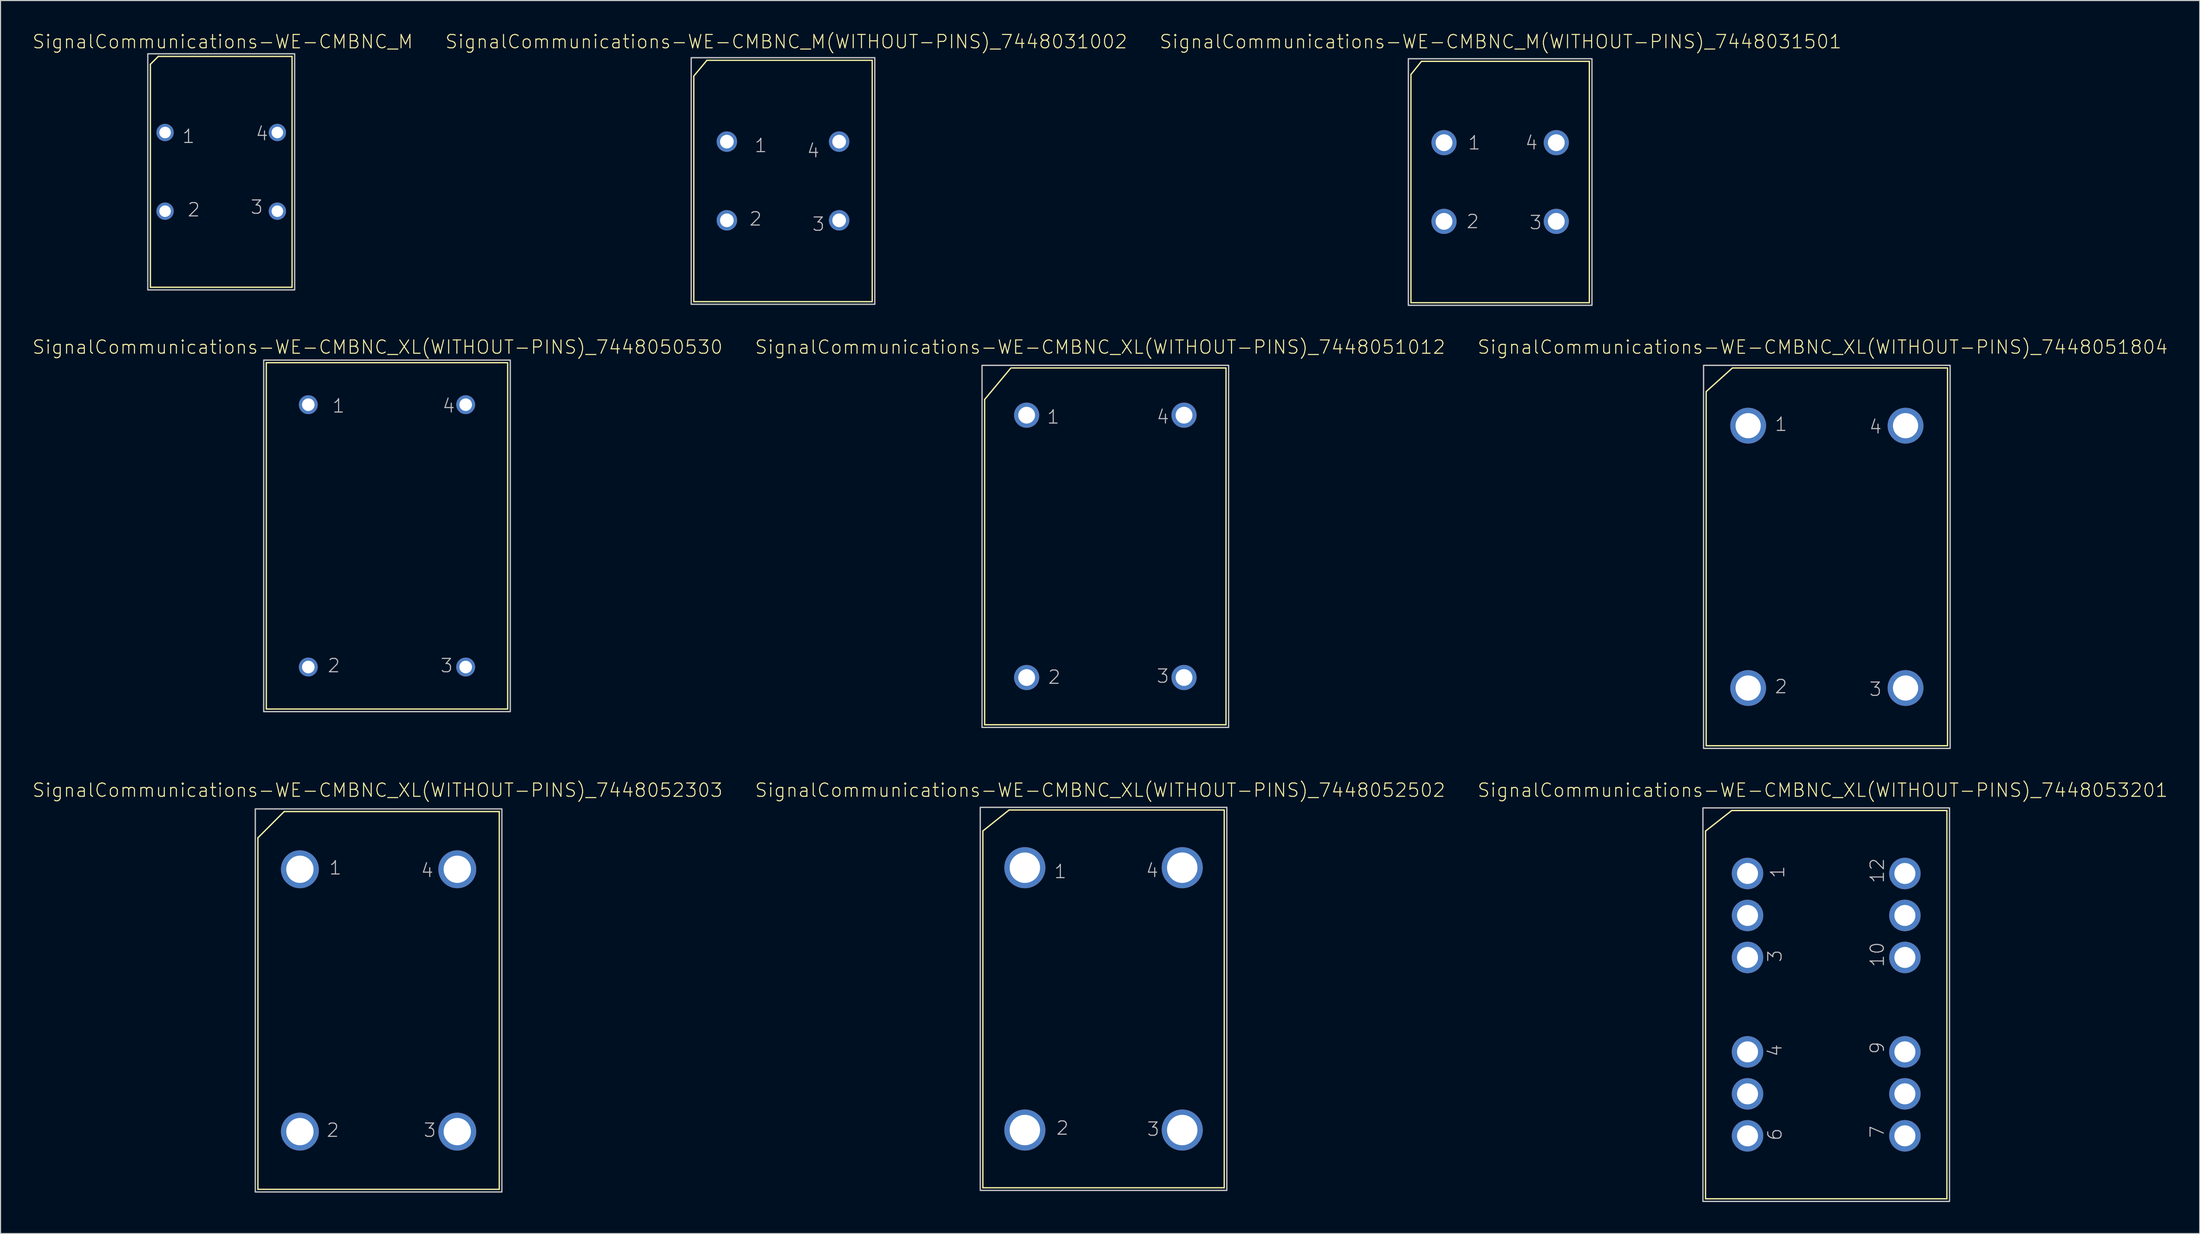
<source format=kicad_pcb>
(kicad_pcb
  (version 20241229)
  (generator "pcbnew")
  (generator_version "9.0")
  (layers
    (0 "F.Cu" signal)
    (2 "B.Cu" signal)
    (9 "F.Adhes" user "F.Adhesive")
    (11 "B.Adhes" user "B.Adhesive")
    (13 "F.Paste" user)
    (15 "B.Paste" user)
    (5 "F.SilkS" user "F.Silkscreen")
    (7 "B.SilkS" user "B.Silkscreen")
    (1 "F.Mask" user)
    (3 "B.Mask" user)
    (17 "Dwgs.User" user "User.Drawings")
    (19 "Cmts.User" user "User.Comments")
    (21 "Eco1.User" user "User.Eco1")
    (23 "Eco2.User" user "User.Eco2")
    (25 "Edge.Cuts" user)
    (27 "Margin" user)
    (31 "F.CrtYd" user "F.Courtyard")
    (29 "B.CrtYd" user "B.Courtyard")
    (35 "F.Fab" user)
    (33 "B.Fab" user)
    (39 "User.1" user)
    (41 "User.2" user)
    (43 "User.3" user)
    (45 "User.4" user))
  (footprint "SignalCommunications-WE-CMBNC_XL(WITHOUT-PINS)_7448053201"
    (layer "F.Cu")
    (at 170.96 92.68)
    (property "Reference" "SignalCommunications-WE-CMBNC_XL(WITHOUT-PINS)_7448053201" (at -0.338 -20.434 0) (layer "F.SilkS") (effects (font (size 1.27 1.27) (thickness 0.102))))
    (attr exclude_from_pos_files exclude_from_bom)
    (fp_line (start -11.499 -16.538) (end -11.499 18.499) (stroke (width 0.127) (type solid)) (layer "F.SilkS"))
    (fp_line (start -11.499 18.499) (end 11.499 18.499) (stroke (width 0.127) (type solid)) (layer "F.SilkS"))
    (fp_line (start -8.999 -18.499) (end -11.499 -16.538) (stroke (width 0.127) (type solid)) (layer "F.SilkS"))
    (fp_line (start 11.499 -18.499) (end -8.999 -18.499) (stroke (width 0.127) (type solid)) (layer "F.SilkS"))
    (fp_line (start 11.499 18.499) (end 11.499 -18.499) (stroke (width 0.127) (type solid)) (layer "F.SilkS"))
    (fp_poly (pts (xy -11.748 18.748) (xy -11.748 -18.748) (xy 11.748 -18.748) (xy 11.748 18.748) (xy -11.748 18.748)) (stroke (width 0.127) (type solid)) (fill no) (layer "Dwgs.User"))
    (fp_text user "7" (at 4.864 12.113 90) (layer "Dwgs.User") (effects (font (size 1.27 1.27) (thickness 0.102))))
    (fp_text user "10" (at 4.864 -4.768 90) (layer "Dwgs.User") (effects (font (size 1.27 1.27) (thickness 0.102))))
    (fp_text user "12" (at 4.864 -12.769 90) (layer "Dwgs.User") (effects (font (size 1.27 1.27) (thickness 0.102))))
    (fp_text user "9" (at 4.864 4.115 90) (layer "Dwgs.User") (effects (font (size 1.27 1.27) (thickness 0.102))))
    (fp_text user "1" (at -4.633 -12.634 90) (layer "Dwgs.User") (effects (font (size 1.27 1.27) (thickness 0.102))))
    (fp_text user "4" (at -4.884 4.364 90) (layer "Dwgs.User") (effects (font (size 1.27 1.27) (thickness 0.102))))
    (fp_text user "3" (at -4.884 -4.633 90) (layer "Dwgs.User") (effects (font (size 1.27 1.27) (thickness 0.102))))
    (fp_text user "6" (at -4.884 12.365 90) (layer "Dwgs.User") (effects (font (size 1.27 1.27) (thickness 0.102))))
    (pad "1" thru_hole circle (at -7.498 -12.499) (size 3 3) (drill 1.999) (layers "*.Cu" "*.Paste" "*.Mask"))
    (pad "2" thru_hole circle (at -7.498 -8.499) (size 3 3) (drill 1.999) (layers "*.Cu" "*.Paste" "*.Mask"))
    (pad "3" thru_hole circle (at -7.498 -4.498) (size 3 3) (drill 1.999) (layers "*.Cu" "*.Paste" "*.Mask"))
    (pad "4" thru_hole circle (at -7.498 4.498) (size 3 3) (drill 1.999) (layers "*.Cu" "*.Paste" "*.Mask"))
    (pad "5" thru_hole circle (at -7.498 8.499) (size 3 3) (drill 1.999) (layers "*.Cu" "*.Paste" "*.Mask"))
    (pad "6" thru_hole circle (at -7.498 12.499) (size 3 3) (drill 1.999) (layers "*.Cu" "*.Paste" "*.Mask"))
    (pad "7" thru_hole circle (at 7.498 12.499) (size 3 3) (drill 1.999) (layers "*.Cu" "*.Paste" "*.Mask"))
    (pad "8" thru_hole circle (at 7.498 8.499) (size 3 3) (drill 1.999) (layers "*.Cu" "*.Paste" "*.Mask"))
    (pad "9" thru_hole circle (at 7.498 4.498) (size 3 3) (drill 1.999) (layers "*.Cu" "*.Paste" "*.Mask"))
    (pad "10" thru_hole circle (at 7.498 -4.498) (size 3 3) (drill 1.999) (layers "*.Cu" "*.Paste" "*.Mask"))
    (pad "11" thru_hole circle (at 7.498 -8.499) (size 3 3) (drill 1.999) (layers "*.Cu" "*.Paste" "*.Mask"))
    (pad "12" thru_hole circle (at 7.498 -12.499) (size 3 3) (drill 1.999) (layers "*.Cu" "*.Paste" "*.Mask")))
  (footprint "SignalCommunications-WE-CMBNC_XL(WITHOUT-PINS)_7448052502"
    (layer "F.Cu")
    (at 102.101 92.129)
    (property "Reference" "SignalCommunications-WE-CMBNC_XL(WITHOUT-PINS)_7448052502" (at -0.328 -19.883 0) (layer "F.SilkS") (effects (font (size 1.27 1.27) (thickness 0.102))))
    (attr exclude_from_pos_files exclude_from_bom)
    (fp_line (start -11.499 -15.999) (end -11.499 17.998) (stroke (width 0.127) (type solid)) (layer "F.SilkS"))
    (fp_line (start -11.499 17.998) (end 11.499 17.998) (stroke (width 0.127) (type solid)) (layer "F.SilkS"))
    (fp_line (start -8.999 -17.998) (end -11.499 -15.999) (stroke (width 0.127) (type solid)) (layer "F.SilkS"))
    (fp_line (start 11.499 -17.998) (end -8.999 -17.998) (stroke (width 0.127) (type solid)) (layer "F.SilkS"))
    (fp_line (start 11.499 17.998) (end 11.499 -17.998) (stroke (width 0.127) (type solid)) (layer "F.SilkS"))
    (fp_poly (pts (xy -11.748 18.25) (xy -11.748 -18.25) (xy 11.748 -18.25) (xy 11.748 18.25) (xy -11.748 18.25)) (stroke (width 0.127) (type solid)) (fill no) (layer "Dwgs.User"))
    (fp_text user "3" (at 4.735 12.413 0) (layer "Dwgs.User") (effects (font (size 1.27 1.27) (thickness 0.102))))
    (fp_text user "2" (at -3.914 12.314 0) (layer "Dwgs.User") (effects (font (size 1.27 1.27) (thickness 0.102))))
    (fp_text user "4" (at 4.633 -12.233 0) (layer "Dwgs.User") (effects (font (size 1.27 1.27) (thickness 0.102))))
    (fp_text user "1" (at -4.115 -12.134 0) (layer "Dwgs.User") (effects (font (size 1.27 1.27) (thickness 0.102))))
    (pad "1" thru_hole circle (at -7.498 -12.499) (size 3.914 3.914) (drill 2.898) (layers "*.Cu" "*.Paste" "*.Mask"))
    (pad "2" thru_hole circle (at -7.498 12.499) (size 3.914 3.914) (drill 2.898) (layers "*.Cu" "*.Paste" "*.Mask"))
    (pad "3" thru_hole circle (at 7.498 12.499) (size 3.914 3.914) (drill 2.898) (layers "*.Cu" "*.Paste" "*.Mask"))
    (pad "4" thru_hole circle (at 7.498 -12.499) (size 3.914 3.914) (drill 2.898) (layers "*.Cu" "*.Paste" "*.Mask")))
  (footprint "SignalCommunications-WE-CMBNC_M(WITHOUT-PINS)_7448031501"
    (layer "F.Cu")
    (at 139.892 14.294)
    (property "Reference" "SignalCommunications-WE-CMBNC_M(WITHOUT-PINS)_7448031501" (at 0.038 -13.373 0) (layer "F.SilkS") (effects (font (size 1.27 1.27) (thickness 0.102))))
    (attr exclude_from_pos_files exclude_from_bom)
    (fp_line (start -8.499 -10.249) (end -7.498 -11.499) (stroke (width 0.127) (type solid)) (layer "F.SilkS"))
    (fp_line (start -8.499 11.499) (end -8.499 -10.249) (stroke (width 0.127) (type solid)) (layer "F.SilkS"))
    (fp_line (start -7.498 -11.499) (end 8.499 -11.499) (stroke (width 0.127) (type solid)) (layer "F.SilkS"))
    (fp_line (start 8.499 -11.499) (end 8.499 11.499) (stroke (width 0.127) (type solid)) (layer "F.SilkS"))
    (fp_line (start 8.499 11.499) (end -8.499 11.499) (stroke (width 0.127) (type solid)) (layer "F.SilkS"))
    (fp_poly (pts (xy -8.748 11.748) (xy -8.748 -11.748) (xy 8.748 -11.748) (xy 8.748 11.748) (xy -8.748 11.748)) (stroke (width 0.127) (type solid)) (fill no) (layer "Dwgs.User"))
    (fp_text user "1" (at -2.464 -3.734 0) (layer "Dwgs.User") (effects (font (size 1.27 1.27) (thickness 0.102))))
    (fp_text user "2" (at -2.614 3.764 0) (layer "Dwgs.User") (effects (font (size 1.27 1.27) (thickness 0.102))))
    (fp_text user "3" (at 3.383 3.863 0) (layer "Dwgs.User") (effects (font (size 1.27 1.27) (thickness 0.102))))
    (fp_text user "4" (at 2.985 -3.734 0) (layer "Dwgs.User") (effects (font (size 1.27 1.27) (thickness 0.102))))
    (pad "1" thru_hole circle (at -5.349 -3.749) (size 2.398 2.398) (drill 1.598) (layers "*.Cu" "*.Paste" "*.Mask"))
    (pad "2" thru_hole circle (at -5.349 3.749) (size 2.398 2.398) (drill 1.598) (layers "*.Cu" "*.Paste" "*.Mask"))
    (pad "3" thru_hole circle (at 5.349 3.749) (size 2.398 2.398) (drill 1.598) (layers "*.Cu" "*.Paste" "*.Mask"))
    (pad "4" thru_hole circle (at 5.349 -3.749) (size 2.398 2.398) (drill 1.598) (layers "*.Cu" "*.Paste" "*.Mask")))
  (footprint "SignalCommunications-WE-CMBNC_M"
    (layer "F.Cu")
    (at 18.029 13.324)
    (property "Reference" "SignalCommunications-WE-CMBNC_M" (at 0.14 -12.403 0) (layer "F.SilkS") (effects (font (size 1.27 1.27) (thickness 0.102))))
    (attr exclude_from_pos_files exclude_from_bom)
    (fp_line (start -6.749 -10.249) (end -5.999 -10.998) (stroke (width 0.127) (type solid)) (layer "F.SilkS"))
    (fp_line (start -6.749 10.998) (end -6.749 -10.249) (stroke (width 0.127) (type solid)) (layer "F.SilkS"))
    (fp_line (start -5.999 -10.998) (end 6.749 -10.998) (stroke (width 0.127) (type solid)) (layer "F.SilkS"))
    (fp_line (start 6.749 -10.998) (end 6.749 10.998) (stroke (width 0.127) (type solid)) (layer "F.SilkS"))
    (fp_line (start 6.749 10.998) (end -6.749 10.998) (stroke (width 0.127) (type solid)) (layer "F.SilkS"))
    (fp_poly (pts (xy -6.998 11.25) (xy -6.998 -11.25) (xy 6.998 -11.25) (xy 6.998 11.25) (xy -6.998 11.25)) (stroke (width 0.127) (type solid)) (fill no) (layer "Dwgs.User"))
    (fp_text user "4" (at 3.884 -3.635 0) (layer "Dwgs.User") (effects (font (size 1.27 1.27) (thickness 0.102))))
    (fp_text user "1" (at -3.114 -3.383 0) (layer "Dwgs.User") (effects (font (size 1.27 1.27) (thickness 0.102))))
    (fp_text user "2" (at -2.614 3.614 0) (layer "Dwgs.User") (effects (font (size 1.27 1.27) (thickness 0.102))))
    (fp_text user "3" (at 3.383 3.363 0) (layer "Dwgs.User") (effects (font (size 1.27 1.27) (thickness 0.102))))
    (pad "1" thru_hole circle (at -5.349 -3.749) (size 1.648 1.648) (drill 1.1) (layers "*.Cu" "*.Paste" "*.Mask"))
    (pad "2" thru_hole circle (at -5.349 3.749) (size 1.648 1.648) (drill 1.1) (layers "*.Cu" "*.Paste" "*.Mask"))
    (pad "3" thru_hole circle (at 5.349 3.749) (size 1.648 1.648) (drill 1.1) (layers "*.Cu" "*.Paste" "*.Mask"))
    (pad "4" thru_hole circle (at 5.349 -3.749) (size 1.648 1.648) (drill 1.1) (layers "*.Cu" "*.Paste" "*.Mask")))
  (footprint "SignalCommunications-WE-CMBNC_M(WITHOUT-PINS)_7448031002"
    (layer "F.Cu")
    (at 71.558 14.195)
    (property "Reference" "SignalCommunications-WE-CMBNC_M(WITHOUT-PINS)_7448031002" (at 0.31 -13.274 0) (layer "F.SilkS") (effects (font (size 1.27 1.27) (thickness 0.102))))
    (attr exclude_from_pos_files exclude_from_bom)
    (fp_line (start -8.499 -10) (end -7.249 -11.499) (stroke (width 0.127) (type solid)) (layer "F.SilkS"))
    (fp_line (start -8.499 11.499) (end -8.499 -10) (stroke (width 0.127) (type solid)) (layer "F.SilkS"))
    (fp_line (start -7.249 -11.499) (end 8.499 -11.499) (stroke (width 0.127) (type solid)) (layer "F.SilkS"))
    (fp_line (start 8.499 -11.499) (end 8.499 11.499) (stroke (width 0.127) (type solid)) (layer "F.SilkS"))
    (fp_line (start 8.499 11.499) (end -8.499 11.499) (stroke (width 0.127) (type solid)) (layer "F.SilkS"))
    (fp_poly (pts (xy -8.748 11.748) (xy -8.748 -11.748) (xy 8.748 -11.748) (xy 8.748 11.748) (xy -8.748 11.748)) (stroke (width 0.127) (type solid)) (fill no) (layer "Dwgs.User"))
    (fp_text user "2" (at -2.614 3.614 0) (layer "Dwgs.User") (effects (font (size 1.27 1.27) (thickness 0.102))))
    (fp_text user "3" (at 3.383 4.115 0) (layer "Dwgs.User") (effects (font (size 1.27 1.27) (thickness 0.102))))
    (fp_text user "1" (at -2.113 -3.383 0) (layer "Dwgs.User") (effects (font (size 1.27 1.27) (thickness 0.102))))
    (fp_text user "4" (at 2.883 -2.883 0) (layer "Dwgs.User") (effects (font (size 1.27 1.27) (thickness 0.102))))
    (pad "1" thru_hole circle (at -5.349 -3.749) (size 1.948 1.948) (drill 1.298) (layers "*.Cu" "*.Paste" "*.Mask"))
    (pad "2" thru_hole circle (at -5.349 3.749) (size 1.948 1.948) (drill 1.298) (layers "*.Cu" "*.Paste" "*.Mask"))
    (pad "3" thru_hole circle (at 5.349 3.749) (size 1.948 1.948) (drill 1.298) (layers "*.Cu" "*.Paste" "*.Mask"))
    (pad "4" thru_hole circle (at 5.349 -3.749) (size 1.948 1.948) (drill 1.298) (layers "*.Cu" "*.Paste" "*.Mask")))
  (footprint "SignalCommunications-WE-CMBNC_XL(WITHOUT-PINS)_7448051804"
    (layer "F.Cu")
    (at 171.021 50.011)
    (property "Reference" "SignalCommunications-WE-CMBNC_XL(WITHOUT-PINS)_7448051804" (at -0.399 -19.985 0) (layer "F.SilkS") (effects (font (size 1.27 1.27) (thickness 0.102))))
    (attr exclude_from_pos_files exclude_from_bom)
    (fp_line (start -11.499 -15.748) (end -8.999 -17.998) (stroke (width 0.127) (type solid)) (layer "F.SilkS"))
    (fp_line (start -11.499 17.998) (end -11.499 -15.748) (stroke (width 0.127) (type solid)) (layer "F.SilkS"))
    (fp_line (start -11.499 17.998) (end 11.499 17.998) (stroke (width 0.127) (type solid)) (layer "F.SilkS"))
    (fp_line (start -8.999 -17.998) (end 11.499 -17.998) (stroke (width 0.127) (type solid)) (layer "F.SilkS"))
    (fp_line (start 11.499 17.998) (end 11.499 -17.998) (stroke (width 0.127) (type solid)) (layer "F.SilkS"))
    (fp_poly (pts (xy -11.748 18.25) (xy -11.748 -18.25) (xy 11.748 -18.25) (xy 11.748 18.25) (xy -11.748 18.25)) (stroke (width 0.127) (type solid)) (fill no) (layer "Dwgs.User"))
    (fp_text user "2" (at -4.364 12.365 0) (layer "Dwgs.User") (effects (font (size 1.27 1.27) (thickness 0.102))))
    (fp_text user "1" (at -4.364 -12.634 0) (layer "Dwgs.User") (effects (font (size 1.27 1.27) (thickness 0.102))))
    (fp_text user "4" (at 4.633 -12.383 0) (layer "Dwgs.User") (effects (font (size 1.27 1.27) (thickness 0.102))))
    (fp_text user "3" (at 4.633 12.614 0) (layer "Dwgs.User") (effects (font (size 1.27 1.27) (thickness 0.102))))
    (pad "1" thru_hole circle (at -7.498 -12.499) (size 3.414 3.414) (drill 2.398) (layers "*.Cu" "*.Paste" "*.Mask"))
    (pad "2" thru_hole circle (at -7.498 12.499) (size 3.414 3.414) (drill 2.398) (layers "*.Cu" "*.Paste" "*.Mask"))
    (pad "3" thru_hole circle (at 7.498 12.499) (size 3.414 3.414) (drill 2.398) (layers "*.Cu" "*.Paste" "*.Mask"))
    (pad "4" thru_hole circle (at 7.498 -12.499) (size 3.414 3.414) (drill 2.398) (layers "*.Cu" "*.Paste" "*.Mask")))
  (footprint "SignalCommunications-WE-CMBNC_XL(WITHOUT-PINS)_7448052303"
    (layer "F.Cu")
    (at 33.024 92.279)
    (property "Reference" "SignalCommunications-WE-CMBNC_XL(WITHOUT-PINS)_7448052303" (at -0.099 -20.033 0) (layer "F.SilkS") (effects (font (size 1.27 1.27) (thickness 0.102))))
    (attr exclude_from_pos_files exclude_from_bom)
    (fp_line (start -11.499 -15.499) (end -11.499 17.998) (stroke (width 0.127) (type solid)) (layer "F.SilkS"))
    (fp_line (start -11.499 17.998) (end 11.499 17.998) (stroke (width 0.127) (type solid)) (layer "F.SilkS"))
    (fp_line (start -8.999 -17.998) (end -11.499 -15.499) (stroke (width 0.127) (type solid)) (layer "F.SilkS"))
    (fp_line (start 11.499 -17.998) (end -8.999 -17.998) (stroke (width 0.127) (type solid)) (layer "F.SilkS"))
    (fp_line (start 11.499 17.998) (end 11.499 -17.998) (stroke (width 0.127) (type solid)) (layer "F.SilkS"))
    (fp_poly (pts (xy -11.748 18.25) (xy -11.748 -18.25) (xy 11.748 -18.25) (xy 11.748 18.25) (xy -11.748 18.25)) (stroke (width 0.127) (type solid)) (fill no) (layer "Dwgs.User"))
    (fp_text user "1" (at -4.115 -12.634 0) (layer "Dwgs.User") (effects (font (size 1.27 1.27) (thickness 0.102))))
    (fp_text user "2" (at -4.364 12.365 0) (layer "Dwgs.User") (effects (font (size 1.27 1.27) (thickness 0.102))))
    (fp_text user "4" (at 4.633 -12.383 0) (layer "Dwgs.User") (effects (font (size 1.27 1.27) (thickness 0.102))))
    (fp_text user "3" (at 4.884 12.365 0) (layer "Dwgs.User") (effects (font (size 1.27 1.27) (thickness 0.102))))
    (pad "1" thru_hole circle (at -7.498 -12.499) (size 3.614 3.614) (drill 2.598) (layers "*.Cu" "*.Paste" "*.Mask"))
    (pad "2" thru_hole circle (at -7.498 12.499) (size 3.614 3.614) (drill 2.598) (layers "*.Cu" "*.Paste" "*.Mask"))
    (pad "3" thru_hole circle (at 7.498 12.499) (size 3.614 3.614) (drill 2.598) (layers "*.Cu" "*.Paste" "*.Mask"))
    (pad "4" thru_hole circle (at 7.498 -12.499) (size 3.614 3.614) (drill 2.598) (layers "*.Cu" "*.Paste" "*.Mask")))
  (footprint "SignalCommunications-WE-CMBNC_XL(WITHOUT-PINS)_7448050530"
    (layer "F.Cu")
    (at 33.824 48.01)
    (property "Reference" "SignalCommunications-WE-CMBNC_XL(WITHOUT-PINS)_7448050530" (at -0.899 -17.983 0) (layer "F.SilkS") (effects (font (size 1.27 1.27) (thickness 0.102))))
    (attr exclude_from_pos_files exclude_from_bom)
    (fp_line (start -11.499 -16.5) (end 11.43 -16.5) (stroke (width 0.127) (type solid)) (layer "F.SilkS"))
    (fp_line (start -11.499 16.5) (end -11.499 -16.5) (stroke (width 0.127) (type solid)) (layer "F.SilkS"))
    (fp_line (start 11.499 -16.5) (end 11.499 16.5) (stroke (width 0.127) (type solid)) (layer "F.SilkS"))
    (fp_line (start 11.499 16.5) (end -11.499 16.5) (stroke (width 0.127) (type solid)) (layer "F.SilkS"))
    (fp_poly (pts (xy -11.748 16.749) (xy -11.748 -16.749) (xy 11.748 -16.749) (xy 11.748 16.749) (xy -11.748 16.749)) (stroke (width 0.127) (type solid)) (fill no) (layer "Dwgs.User"))
    (fp_text user "1" (at -4.613 -12.383 0) (layer "Dwgs.User") (effects (font (size 1.27 1.27) (thickness 0.102))))
    (fp_text user "2" (at -5.065 12.365 0) (layer "Dwgs.User") (effects (font (size 1.27 1.27) (thickness 0.102))))
    (fp_text user "4" (at 5.883 -12.383 0) (layer "Dwgs.User") (effects (font (size 1.27 1.27) (thickness 0.102))))
    (fp_text user "3" (at 5.685 12.365 0) (layer "Dwgs.User") (effects (font (size 1.27 1.27) (thickness 0.102))))
    (pad "1" thru_hole circle (at -7.498 -12.499) (size 1.798 1.798) (drill 1.199) (layers "*.Cu" "*.Paste" "*.Mask"))
    (pad "2" thru_hole circle (at -7.498 12.499) (size 1.798 1.798) (drill 1.199) (layers "*.Cu" "*.Paste" "*.Mask"))
    (pad "3" thru_hole circle (at 7.498 12.499) (size 1.798 1.798) (drill 1.199) (layers "*.Cu" "*.Paste" "*.Mask"))
    (pad "4" thru_hole circle (at 7.498 -12.499) (size 1.798 1.798) (drill 1.199) (layers "*.Cu" "*.Paste" "*.Mask")))
  (footprint "SignalCommunications-WE-CMBNC_XL(WITHOUT-PINS)_7448051012"
    (layer "F.Cu")
    (at 102.271 49.011)
    (property "Reference" "SignalCommunications-WE-CMBNC_XL(WITHOUT-PINS)_7448051012" (at -0.498 -18.984 0) (layer "F.SilkS") (effects (font (size 1.27 1.27) (thickness 0.102))))
    (attr exclude_from_pos_files exclude_from_bom)
    (fp_line (start -11.499 16.998) (end -11.499 -13.998) (stroke (width 0.127) (type solid)) (layer "F.SilkS"))
    (fp_line (start -11.499 16.998) (end 11.499 16.998) (stroke (width 0.127) (type solid)) (layer "F.SilkS"))
    (fp_line (start -8.999 -16.998) (end -11.499 -13.998) (stroke (width 0.127) (type solid)) (layer "F.SilkS"))
    (fp_line (start -8.89 -16.998) (end 11.499 -16.998) (stroke (width 0.127) (type solid)) (layer "F.SilkS"))
    (fp_line (start 11.499 16.998) (end 11.499 -16.998) (stroke (width 0.127) (type solid)) (layer "F.SilkS"))
    (fp_poly (pts (xy -11.748 17.249) (xy -11.748 -17.249) (xy 11.748 -17.249) (xy 11.748 17.249) (xy -11.748 17.249)) (stroke (width 0.127) (type solid)) (fill no) (layer "Dwgs.User"))
    (fp_text user "3" (at 5.484 12.365 0) (layer "Dwgs.User") (effects (font (size 1.27 1.27) (thickness 0.102))))
    (fp_text user "2" (at -4.864 12.464 0) (layer "Dwgs.User") (effects (font (size 1.27 1.27) (thickness 0.102))))
    (fp_text user "1" (at -4.963 -12.334 0) (layer "Dwgs.User") (effects (font (size 1.27 1.27) (thickness 0.102))))
    (fp_text user "4" (at 5.484 -12.334 0) (layer "Dwgs.User") (effects (font (size 1.27 1.27) (thickness 0.102))))
    (pad "1" thru_hole circle (at -7.498 -12.499) (size 2.398 2.398) (drill 1.598) (layers "*.Cu" "*.Paste" "*.Mask"))
    (pad "2" thru_hole circle (at -7.498 12.499) (size 2.398 2.398) (drill 1.598) (layers "*.Cu" "*.Paste" "*.Mask"))
    (pad "3" thru_hole circle (at 7.498 12.499) (size 2.398 2.398) (drill 1.598) (layers "*.Cu" "*.Paste" "*.Mask"))
    (pad "4" thru_hole circle (at 7.498 -12.499) (size 2.398 2.398) (drill 1.598) (layers "*.Cu" "*.Paste" "*.Mask")))
  (gr_rect
    (start -3 -3)
    (end 206.547 114.492)
    (stroke (width 0.1) (type default))
    (fill no)
    (layer "Edge.Cuts")))
</source>
